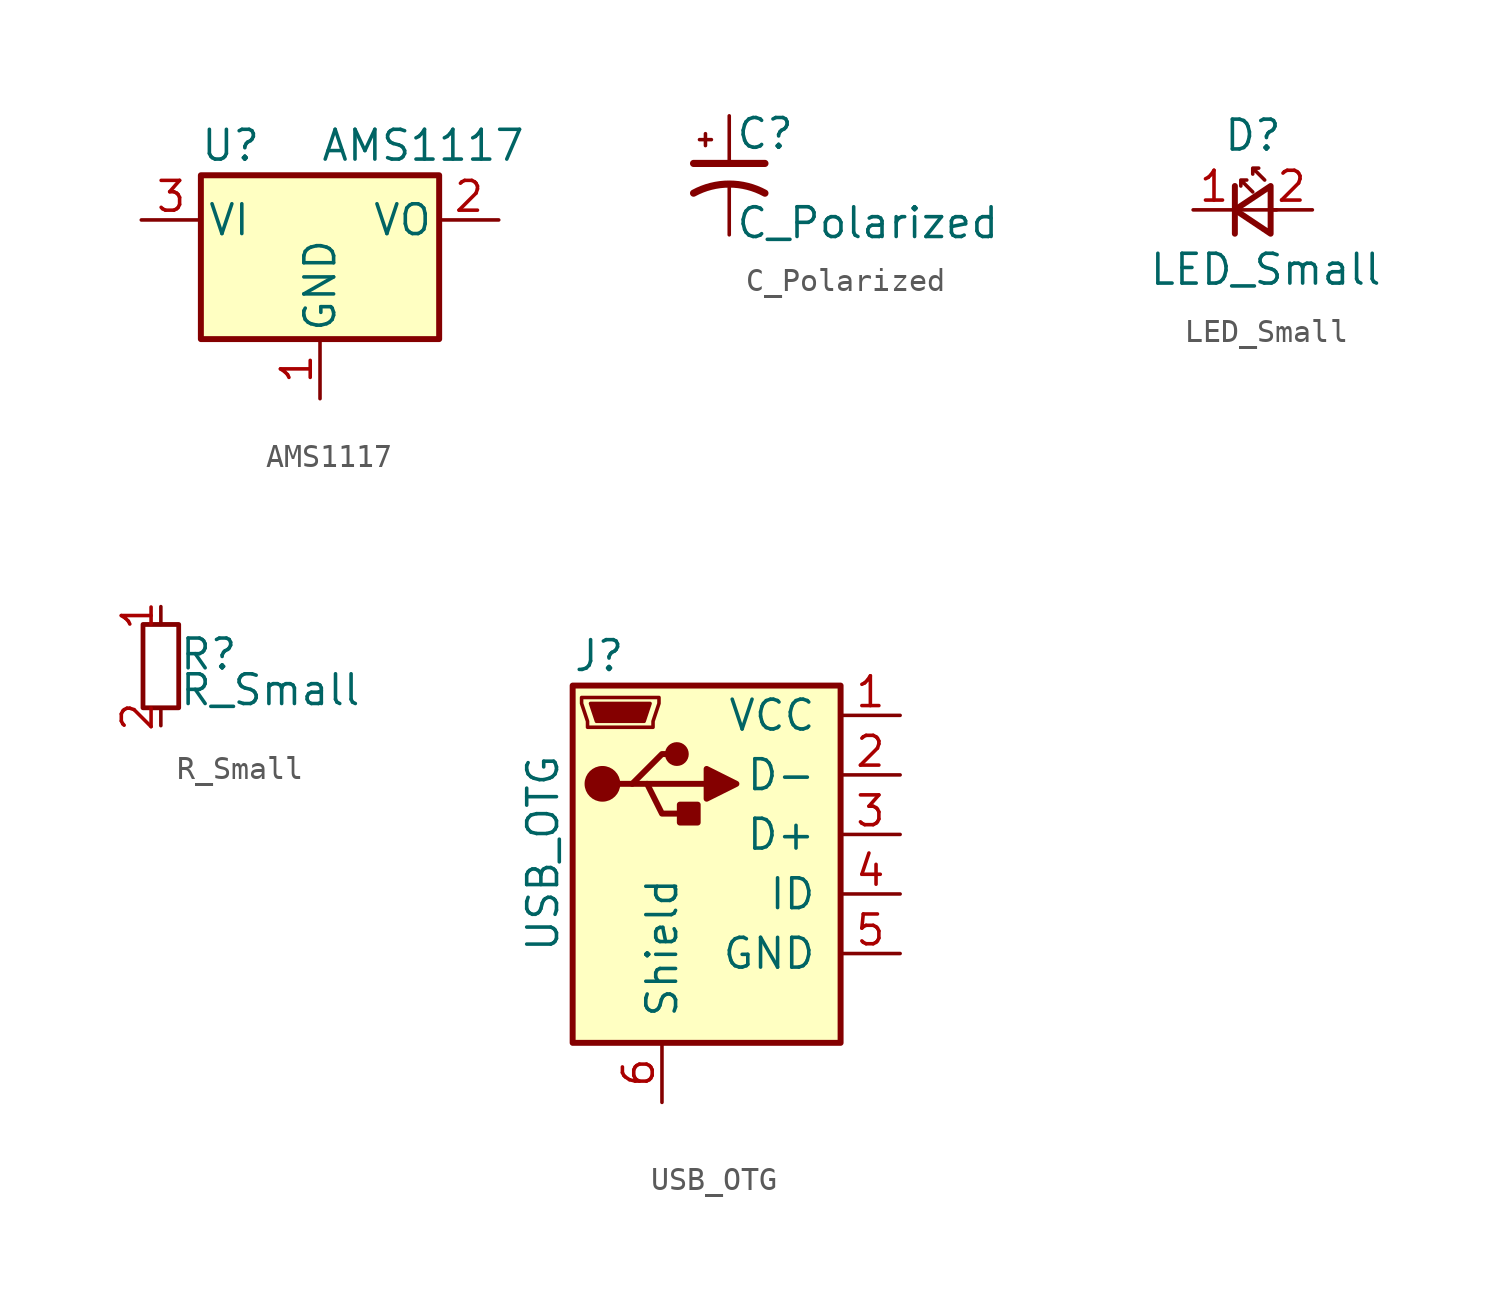
<source format=kicad_sym>
(kicad_symbol_lib
  (version 20211014)
  (generator kicad_symbol_editor)
  (symbol "AMS1117"
    (pin_names
      (offset 0.254))
    (property "Reference" "U"
      (at -3.81 3.175 0)
      (effects (font (size 1.27 1.27))))
    (property "Value" "AMS1117"
      (at 0 3.175 0)
      (effects (font (size 1.27 1.27)) (justify left)))
    (symbol "AMS1117_0_1"
      (rectangle (start -5.08 -5.08) (end 5.08 1.905) (stroke (width 0.254) (type default) (color 0 0 0 0)) (fill (type background))))
    (symbol "AMS1117_1_1"
      (pin input line (at 0 -7.62 90) (length 2.54) (name "GND" (effects (font (size 1.27 1.27)))) (number "1" (effects (font (size 1.27 1.27)))))
      (pin output line (at 7.62 0 180) (length 2.54) (name "VO" (effects (font (size 1.27 1.27)))) (number "2" (effects (font (size 1.27 1.27)))))
      (pin input line (at -7.62 0 0) (length 2.54) (name "VI" (effects (font (size 1.27 1.27)))) (number "3" (effects (font (size 1.27 1.27)))))))
  (symbol "C_Polarized"
    (pin_numbers hide)
    (pin_names
      (offset 0.254) hide)
    (property "Reference" "C"
      (at 0.254 1.778 0)
      (effects (font (size 1.27 1.27)) (justify left)))
    (property "Value" "C_Polarized"
      (at 0.254 -2.032 0)
      (effects (font (size 1.27 1.27)) (justify left)))
    (symbol "C_Polarized_0_1"
      (polyline (pts (xy -1.524 0.508) (xy 1.524 0.508)) (stroke (width 0.305) (type default) (color 0 0 0 0)) (fill (type none)))
      (polyline (pts (xy -1.27 1.524) (xy -0.762 1.524)) (stroke (width 0) (type default) (color 0 0 0 0)) (fill (type none)))
      (polyline (pts (xy -1.016 1.27) (xy -1.016 1.778)) (stroke (width 0) (type default) (color 0 0 0 0)) (fill (type none)))
      (arc (start 1.524 -0.762) (mid 0 -0.3734) (end -1.524 -0.762) (stroke (width 0.3048) (type default) (color 0 0 0 0)) (fill (type none))))
    (symbol "C_Polarized_1_1"
      (pin passive line (at 0 2.54 270) (length 2.032) (name "~" (effects (font (size 1.27 1.27)))) (number "1" (effects (font (size 1.27 1.27)))))
      (pin passive line (at 0 -2.54 90) (length 2.032) (name "~" (effects (font (size 1.27 1.27)))) (number "2" (effects (font (size 1.27 1.27)))))))
  (symbol "LED_Small"
    (pin_names
      (offset 0.254) hide)
    (property "Reference" "D"
      (at -1.27 3.175 0)
      (effects (font (size 1.27 1.27)) (justify left)))
    (property "Value" "LED_Small"
      (at -4.445 -2.54 0)
      (effects (font (size 1.27 1.27)) (justify left)))
    (symbol "LED_Small_0_1"
      (polyline (pts (xy -0.762 -1.016) (xy -0.762 1.016)) (stroke (width 0.254) (type default) (color 0 0 0 0)) (fill (type none)))
      (polyline (pts (xy 1.016 0) (xy -0.762 0)) (stroke (width 0) (type default) (color 0 0 0 0)) (fill (type none)))
      (polyline (pts (xy 0.762 -1.016) (xy -0.762 0) (xy 0.762 1.016) (xy 0.762 -1.016)) (stroke (width 0.254) (type default) (color 0 0 0 0)) (fill (type none)))
      (polyline (pts (xy 0 0.762) (xy -0.508 1.27) (xy -0.254 1.27) (xy -0.508 1.27) (xy -0.508 1.016)) (stroke (width 0) (type default) (color 0 0 0 0)) (fill (type none)))
      (polyline (pts (xy 0.508 1.27) (xy 0 1.778) (xy 0.254 1.778) (xy 0 1.778) (xy 0 1.524)) (stroke (width 0) (type default) (color 0 0 0 0)) (fill (type none))))
    (symbol "LED_Small_1_1"
      (pin passive line (at -2.54 0 0) (length 1.778) (name "K" (effects (font (size 1.27 1.27)))) (number "1" (effects (font (size 1.27 1.27)))))
      (pin passive line (at 2.54 0 180) (length 1.778) (name "A" (effects (font (size 1.27 1.27)))) (number "2" (effects (font (size 1.27 1.27)))))))
  (symbol "R_Small"
    (pin_names
      (offset 0.254) hide)
    (property "Reference" "R"
      (at 0.762 0.508 0)
      (effects (font (size 1.27 1.27)) (justify left)))
    (property "Value" "R_Small"
      (at 0.762 -1.016 0)
      (effects (font (size 1.27 1.27)) (justify left)))
    (symbol "R_Small_0_1"
      (rectangle (start -0.762 1.778) (end 0.762 -1.778) (stroke (width 0.203) (type default) (color 0 0 0 0)) (fill (type none))))
    (symbol "R_Small_1_1"
      (pin passive line (at 0 2.54 270) (length 0.762) (name "~" (effects (font (size 1.27 1.27)))) (number "1" (effects (font (size 1.27 1.27)))))
      (pin passive line (at 0 -2.54 90) (length 0.762) (name "~" (effects (font (size 1.27 1.27)))) (number "2" (effects (font (size 1.27 1.27)))))))
  (symbol "USB_OTG"
    (pin_names
      (offset 1.016))
    (property "Reference" "J"
      (at -5.08 7.62 0)
      (effects (font (size 1.27 1.27)) (justify left)))
    (property "Value" "USB_OTG"
      (at -6.35 -5.08 90)
      (effects (font (size 1.27 1.27)) (justify left)))
    (symbol "USB_OTG_0_1"
      (rectangle (start -5.08 6.35) (end 6.35 -8.89) (stroke (width 0.254) (type default) (color 0 0 0 0)) (fill (type background)))
      (circle (center -3.81 2.159) (radius 0.635) (stroke (width 0.254) (type default) (color 0 0 0 0)) (fill (type outline)))
      (circle (center -0.635 3.429) (radius 0.381) (stroke (width 0.254) (type default) (color 0 0 0 0)) (fill (type outline)))
      (polyline (pts (xy -1.905 2.159) (xy 0.635 2.159)) (stroke (width 0.254) (type default) (color 0 0 0 0)) (fill (type none)))
      (polyline (pts (xy -3.175 2.159) (xy -2.54 2.159) (xy -1.27 3.429) (xy -0.635 3.429)) (stroke (width 0.254) (type default) (color 0 0 0 0)) (fill (type none)))
      (polyline (pts (xy -2.54 2.159) (xy -1.905 2.159) (xy -1.27 0.889) (xy 0 0.889)) (stroke (width 0.254) (type default) (color 0 0 0 0)) (fill (type none)))
      (polyline (pts (xy 0.635 2.794) (xy 0.635 1.524) (xy 1.905 2.159) (xy 0.635 2.794)) (stroke (width 0.254) (type default) (color 0 0 0 0)) (fill (type outline)))
      (polyline (pts (xy -4.318 5.588) (xy -1.778 5.588) (xy -2.032 4.826) (xy -4.064 4.826) (xy -4.318 5.588)) (stroke (width 0) (type default) (color 0 0 0 0)) (fill (type outline)))
      (polyline (pts (xy -4.699 5.842) (xy -4.699 5.588) (xy -4.445 4.826) (xy -4.445 4.572) (xy -1.651 4.572) (xy -1.651 4.826) (xy -1.397 5.588) (xy -1.397 5.842) (xy -4.699 5.842)) (stroke (width 0) (type default) (color 0 0 0 0)) (fill (type none)))
      (rectangle (start 0.254 1.27) (end -0.508 0.508) (stroke (width 0.254) (type default) (color 0 0 0 0)) (fill (type outline))))
    (symbol "USB_OTG_1_1"
      (pin passive line (at 8.89 5.08 180) (length 2.54) (name "VCC" (effects (font (size 1.27 1.27)))) (number "1" (effects (font (size 1.27 1.27)))))
      (pin bidirectional line (at 8.89 2.54 180) (length 2.54) (name "D-" (effects (font (size 1.27 1.27)))) (number "2" (effects (font (size 1.27 1.27)))))
      (pin bidirectional line (at 8.89 0 180) (length 2.54) (name "D+" (effects (font (size 1.27 1.27)))) (number "3" (effects (font (size 1.27 1.27)))))
      (pin passive line (at 8.89 -2.54 180) (length 2.54) (name "ID" (effects (font (size 1.27 1.27)))) (number "4" (effects (font (size 1.27 1.27)))))
      (pin passive line (at 8.89 -5.08 180) (length 2.54) (name "GND" (effects (font (size 1.27 1.27)))) (number "5" (effects (font (size 1.27 1.27)))))
      (pin passive line (at -1.27 -11.43 90) (length 2.54) (name "Shield" (effects (font (size 1.27 1.27)))) (number "6" (effects (font (size 1.27 1.27))))))))
</source>
